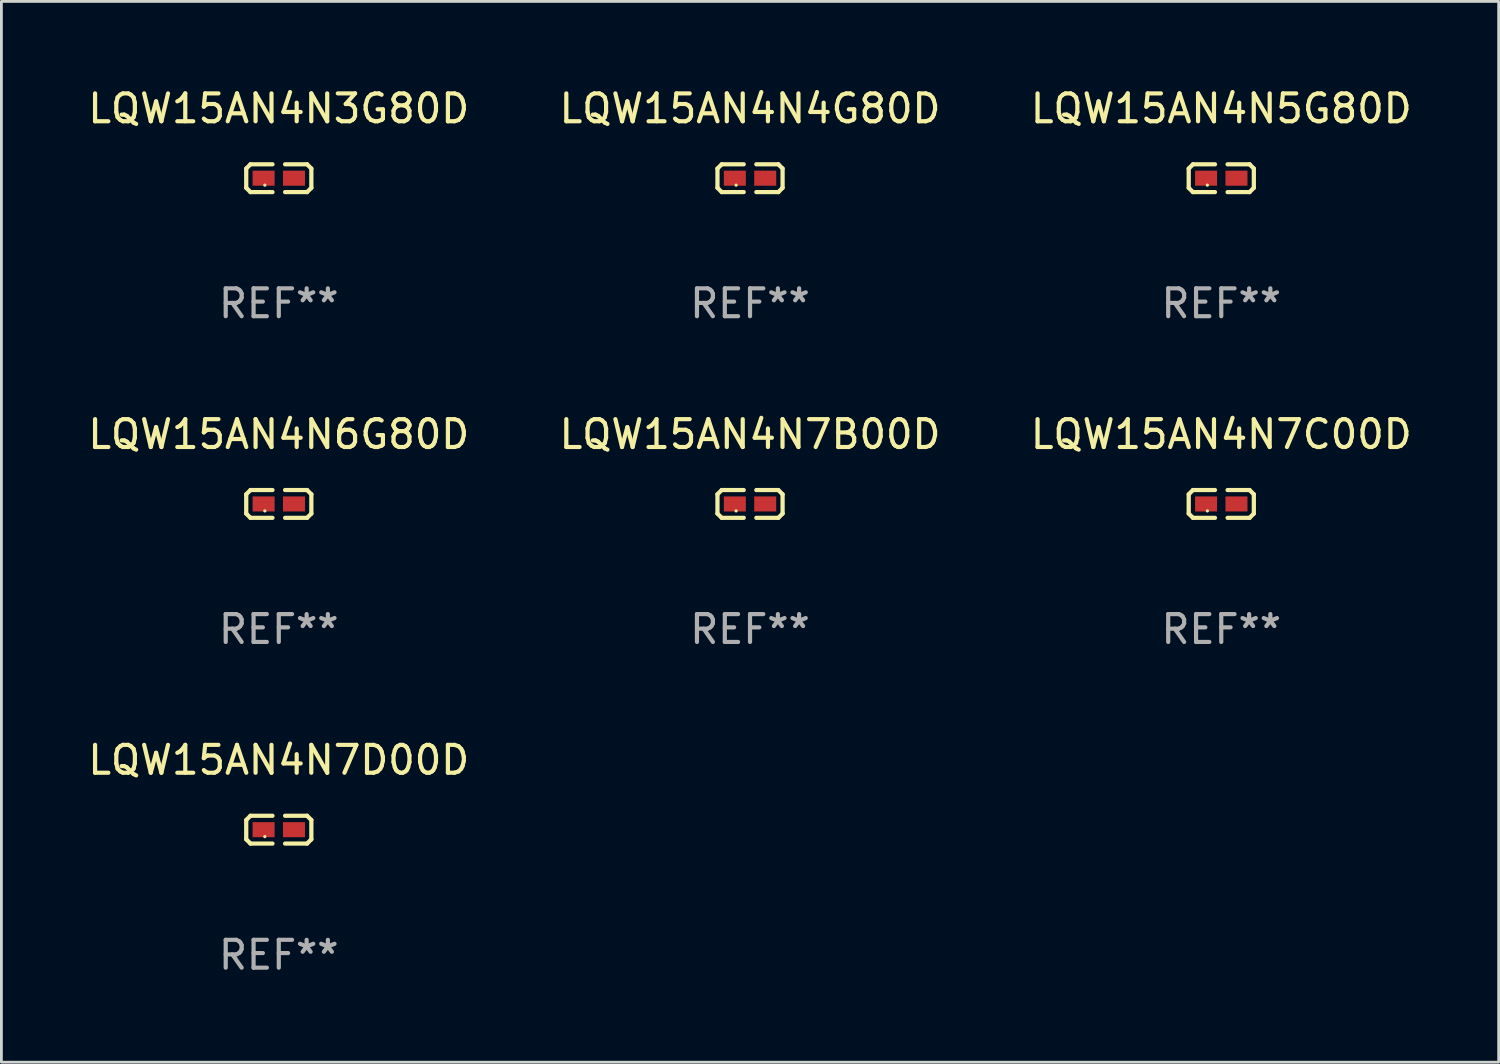
<source format=kicad_pcb>
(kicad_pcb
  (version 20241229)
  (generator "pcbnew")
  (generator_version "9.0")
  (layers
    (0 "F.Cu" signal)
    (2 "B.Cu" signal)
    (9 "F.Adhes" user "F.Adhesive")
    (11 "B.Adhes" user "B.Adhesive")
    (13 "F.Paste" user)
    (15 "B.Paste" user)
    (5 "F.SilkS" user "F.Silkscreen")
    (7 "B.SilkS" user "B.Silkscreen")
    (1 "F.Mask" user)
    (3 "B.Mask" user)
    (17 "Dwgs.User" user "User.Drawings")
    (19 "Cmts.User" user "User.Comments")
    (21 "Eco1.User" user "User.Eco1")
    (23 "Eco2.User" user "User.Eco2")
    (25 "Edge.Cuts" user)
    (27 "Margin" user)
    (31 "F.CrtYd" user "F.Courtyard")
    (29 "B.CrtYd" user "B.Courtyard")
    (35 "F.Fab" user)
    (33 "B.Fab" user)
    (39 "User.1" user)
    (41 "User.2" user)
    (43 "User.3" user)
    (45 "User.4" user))
  (footprint "LQW15AN4N7D00D"
    (layer "F.Cu")
    (at 6.958 26.734)
    (property "Reference" "LQW15AN4N7D00D" (at 0 -2.499 0) (layer "F.SilkS") (effects (font (size 1 1) (thickness 0.15))))
    (attr through_hole)
    (fp_line (start -1.169 -0.346) (end -1.016 -0.499) (stroke (width 0.152) (type solid)) (layer "F.SilkS"))
    (fp_line (start -1.169 0.346) (end -1.169 -0.346) (stroke (width 0.152) (type solid)) (layer "F.SilkS"))
    (fp_line (start -1.016 -0.499) (end -0.226 -0.499) (stroke (width 0.152) (type solid)) (layer "F.SilkS"))
    (fp_line (start -1.016 0.499) (end -1.169 0.346) (stroke (width 0.152) (type solid)) (layer "F.SilkS"))
    (fp_line (start -0.226 0.499) (end -1.016 0.499) (stroke (width 0.152) (type solid)) (layer "F.SilkS"))
    (fp_line (start 0.226 0.499) (end 1.016 0.499) (stroke (width 0.152) (type solid)) (layer "F.SilkS"))
    (fp_line (start 1.016 -0.499) (end 0.226 -0.499) (stroke (width 0.152) (type solid)) (layer "F.SilkS"))
    (fp_line (start 1.016 0.499) (end 1.169 0.346) (stroke (width 0.152) (type solid)) (layer "F.SilkS"))
    (fp_line (start 1.169 -0.346) (end 1.016 -0.499) (stroke (width 0.152) (type solid)) (layer "F.SilkS"))
    (fp_line (start 1.169 0.346) (end 1.169 -0.346) (stroke (width 0.152) (type solid)) (layer "F.SilkS"))
    (fp_circle (center -0.5 0.25) (end -0.47 0.25) (stroke (width 0.06) (type solid)) (fill no) (layer "F.SilkS"))
    (fp_text user "REF**" (at 0 4.499 0) (layer "F.Fab") (effects (font (size 1 1) (thickness 0.15))))
    (pad "1" smd rect (at -0.545 0) (size 0.79 0.54) (layers "F.Cu" "F.Mask" "F.Paste"))
    (pad "2" smd rect (at 0.545 0) (size 0.79 0.54) (layers "F.Cu" "F.Mask" "F.Paste")))
  (footprint "LQW15AN4N5G80D"
    (layer "F.Cu")
    (at 40.792 3.347)
    (property "Reference" "LQW15AN4N5G80D" (at 0 -2.499 0) (layer "F.SilkS") (effects (font (size 1 1) (thickness 0.15))))
    (attr through_hole)
    (fp_line (start -1.169 -0.346) (end -1.016 -0.499) (stroke (width 0.152) (type solid)) (layer "F.SilkS"))
    (fp_line (start -1.169 0.346) (end -1.169 -0.346) (stroke (width 0.152) (type solid)) (layer "F.SilkS"))
    (fp_line (start -1.016 -0.499) (end -0.226 -0.499) (stroke (width 0.152) (type solid)) (layer "F.SilkS"))
    (fp_line (start -1.016 0.499) (end -1.169 0.346) (stroke (width 0.152) (type solid)) (layer "F.SilkS"))
    (fp_line (start -0.226 0.499) (end -1.016 0.499) (stroke (width 0.152) (type solid)) (layer "F.SilkS"))
    (fp_line (start 0.226 0.499) (end 1.016 0.499) (stroke (width 0.152) (type solid)) (layer "F.SilkS"))
    (fp_line (start 1.016 -0.499) (end 0.226 -0.499) (stroke (width 0.152) (type solid)) (layer "F.SilkS"))
    (fp_line (start 1.016 0.499) (end 1.169 0.346) (stroke (width 0.152) (type solid)) (layer "F.SilkS"))
    (fp_line (start 1.169 -0.346) (end 1.016 -0.499) (stroke (width 0.152) (type solid)) (layer "F.SilkS"))
    (fp_line (start 1.169 0.346) (end 1.169 -0.346) (stroke (width 0.152) (type solid)) (layer "F.SilkS"))
    (fp_circle (center -0.5 0.25) (end -0.47 0.25) (stroke (width 0.06) (type solid)) (fill no) (layer "F.SilkS"))
    (fp_text user "REF**" (at 0 4.499 0) (layer "F.Fab") (effects (font (size 1 1) (thickness 0.15))))
    (pad "1" smd rect (at -0.545 0) (size 0.79 0.54) (layers "F.Cu" "F.Mask" "F.Paste"))
    (pad "2" smd rect (at 0.545 0) (size 0.79 0.54) (layers "F.Cu" "F.Mask" "F.Paste")))
  (footprint "LQW15AN4N3G80D"
    (layer "F.Cu")
    (at 6.958 3.347)
    (property "Reference" "LQW15AN4N3G80D" (at 0 -2.499 0) (layer "F.SilkS") (effects (font (size 1 1) (thickness 0.15))))
    (attr through_hole)
    (fp_line (start -1.169 -0.346) (end -1.016 -0.499) (stroke (width 0.152) (type solid)) (layer "F.SilkS"))
    (fp_line (start -1.169 0.346) (end -1.169 -0.346) (stroke (width 0.152) (type solid)) (layer "F.SilkS"))
    (fp_line (start -1.016 -0.499) (end -0.226 -0.499) (stroke (width 0.152) (type solid)) (layer "F.SilkS"))
    (fp_line (start -1.016 0.499) (end -1.169 0.346) (stroke (width 0.152) (type solid)) (layer "F.SilkS"))
    (fp_line (start -0.226 0.499) (end -1.016 0.499) (stroke (width 0.152) (type solid)) (layer "F.SilkS"))
    (fp_line (start 0.226 0.499) (end 1.016 0.499) (stroke (width 0.152) (type solid)) (layer "F.SilkS"))
    (fp_line (start 1.016 -0.499) (end 0.226 -0.499) (stroke (width 0.152) (type solid)) (layer "F.SilkS"))
    (fp_line (start 1.016 0.499) (end 1.169 0.346) (stroke (width 0.152) (type solid)) (layer "F.SilkS"))
    (fp_line (start 1.169 -0.346) (end 1.016 -0.499) (stroke (width 0.152) (type solid)) (layer "F.SilkS"))
    (fp_line (start 1.169 0.346) (end 1.169 -0.346) (stroke (width 0.152) (type solid)) (layer "F.SilkS"))
    (fp_circle (center -0.5 0.25) (end -0.47 0.25) (stroke (width 0.06) (type solid)) (fill no) (layer "F.SilkS"))
    (fp_text user "REF**" (at 0 4.499 0) (layer "F.Fab") (effects (font (size 1 1) (thickness 0.15))))
    (pad "1" smd rect (at -0.545 0) (size 0.79 0.54) (layers "F.Cu" "F.Mask" "F.Paste"))
    (pad "2" smd rect (at 0.545 0) (size 0.79 0.54) (layers "F.Cu" "F.Mask" "F.Paste")))
  (footprint "LQW15AN4N4G80D"
    (layer "F.Cu")
    (at 23.875 3.347)
    (property "Reference" "LQW15AN4N4G80D" (at 0 -2.499 0) (layer "F.SilkS") (effects (font (size 1 1) (thickness 0.15))))
    (attr through_hole)
    (fp_line (start -1.169 -0.346) (end -1.016 -0.499) (stroke (width 0.152) (type solid)) (layer "F.SilkS"))
    (fp_line (start -1.169 0.346) (end -1.169 -0.346) (stroke (width 0.152) (type solid)) (layer "F.SilkS"))
    (fp_line (start -1.016 -0.499) (end -0.226 -0.499) (stroke (width 0.152) (type solid)) (layer "F.SilkS"))
    (fp_line (start -1.016 0.499) (end -1.169 0.346) (stroke (width 0.152) (type solid)) (layer "F.SilkS"))
    (fp_line (start -0.226 0.499) (end -1.016 0.499) (stroke (width 0.152) (type solid)) (layer "F.SilkS"))
    (fp_line (start 0.226 0.499) (end 1.016 0.499) (stroke (width 0.152) (type solid)) (layer "F.SilkS"))
    (fp_line (start 1.016 -0.499) (end 0.226 -0.499) (stroke (width 0.152) (type solid)) (layer "F.SilkS"))
    (fp_line (start 1.016 0.499) (end 1.169 0.346) (stroke (width 0.152) (type solid)) (layer "F.SilkS"))
    (fp_line (start 1.169 -0.346) (end 1.016 -0.499) (stroke (width 0.152) (type solid)) (layer "F.SilkS"))
    (fp_line (start 1.169 0.346) (end 1.169 -0.346) (stroke (width 0.152) (type solid)) (layer "F.SilkS"))
    (fp_circle (center -0.5 0.25) (end -0.47 0.25) (stroke (width 0.06) (type solid)) (fill no) (layer "F.SilkS"))
    (fp_text user "REF**" (at 0 4.499 0) (layer "F.Fab") (effects (font (size 1 1) (thickness 0.15))))
    (pad "1" smd rect (at -0.545 0) (size 0.79 0.54) (layers "F.Cu" "F.Mask" "F.Paste"))
    (pad "2" smd rect (at 0.545 0) (size 0.79 0.54) (layers "F.Cu" "F.Mask" "F.Paste")))
  (footprint "LQW15AN4N7B00D"
    (layer "F.Cu")
    (at 23.875 15.041)
    (property "Reference" "LQW15AN4N7B00D" (at 0 -2.499 0) (layer "F.SilkS") (effects (font (size 1 1) (thickness 0.15))))
    (attr through_hole)
    (fp_line (start -1.169 -0.346) (end -1.016 -0.499) (stroke (width 0.152) (type solid)) (layer "F.SilkS"))
    (fp_line (start -1.169 0.346) (end -1.169 -0.346) (stroke (width 0.152) (type solid)) (layer "F.SilkS"))
    (fp_line (start -1.016 -0.499) (end -0.226 -0.499) (stroke (width 0.152) (type solid)) (layer "F.SilkS"))
    (fp_line (start -1.016 0.499) (end -1.169 0.346) (stroke (width 0.152) (type solid)) (layer "F.SilkS"))
    (fp_line (start -0.226 0.499) (end -1.016 0.499) (stroke (width 0.152) (type solid)) (layer "F.SilkS"))
    (fp_line (start 0.226 0.499) (end 1.016 0.499) (stroke (width 0.152) (type solid)) (layer "F.SilkS"))
    (fp_line (start 1.016 -0.499) (end 0.226 -0.499) (stroke (width 0.152) (type solid)) (layer "F.SilkS"))
    (fp_line (start 1.016 0.499) (end 1.169 0.346) (stroke (width 0.152) (type solid)) (layer "F.SilkS"))
    (fp_line (start 1.169 -0.346) (end 1.016 -0.499) (stroke (width 0.152) (type solid)) (layer "F.SilkS"))
    (fp_line (start 1.169 0.346) (end 1.169 -0.346) (stroke (width 0.152) (type solid)) (layer "F.SilkS"))
    (fp_circle (center -0.5 0.25) (end -0.47 0.25) (stroke (width 0.06) (type solid)) (fill no) (layer "F.SilkS"))
    (fp_text user "REF**" (at 0 4.499 0) (layer "F.Fab") (effects (font (size 1 1) (thickness 0.15))))
    (pad "1" smd rect (at -0.545 0) (size 0.79 0.54) (layers "F.Cu" "F.Mask" "F.Paste"))
    (pad "2" smd rect (at 0.545 0) (size 0.79 0.54) (layers "F.Cu" "F.Mask" "F.Paste")))
  (footprint "LQW15AN4N7C00D"
    (layer "F.Cu")
    (at 40.792 15.041)
    (property "Reference" "LQW15AN4N7C00D" (at 0 -2.499 0) (layer "F.SilkS") (effects (font (size 1 1) (thickness 0.15))))
    (attr through_hole)
    (fp_line (start -1.169 -0.346) (end -1.016 -0.499) (stroke (width 0.152) (type solid)) (layer "F.SilkS"))
    (fp_line (start -1.169 0.346) (end -1.169 -0.346) (stroke (width 0.152) (type solid)) (layer "F.SilkS"))
    (fp_line (start -1.016 -0.499) (end -0.226 -0.499) (stroke (width 0.152) (type solid)) (layer "F.SilkS"))
    (fp_line (start -1.016 0.499) (end -1.169 0.346) (stroke (width 0.152) (type solid)) (layer "F.SilkS"))
    (fp_line (start -0.226 0.499) (end -1.016 0.499) (stroke (width 0.152) (type solid)) (layer "F.SilkS"))
    (fp_line (start 0.226 0.499) (end 1.016 0.499) (stroke (width 0.152) (type solid)) (layer "F.SilkS"))
    (fp_line (start 1.016 -0.499) (end 0.226 -0.499) (stroke (width 0.152) (type solid)) (layer "F.SilkS"))
    (fp_line (start 1.016 0.499) (end 1.169 0.346) (stroke (width 0.152) (type solid)) (layer "F.SilkS"))
    (fp_line (start 1.169 -0.346) (end 1.016 -0.499) (stroke (width 0.152) (type solid)) (layer "F.SilkS"))
    (fp_line (start 1.169 0.346) (end 1.169 -0.346) (stroke (width 0.152) (type solid)) (layer "F.SilkS"))
    (fp_circle (center -0.5 0.25) (end -0.47 0.25) (stroke (width 0.06) (type solid)) (fill no) (layer "F.SilkS"))
    (fp_text user "REF**" (at 0 4.499 0) (layer "F.Fab") (effects (font (size 1 1) (thickness 0.15))))
    (pad "1" smd rect (at -0.545 0) (size 0.79 0.54) (layers "F.Cu" "F.Mask" "F.Paste"))
    (pad "2" smd rect (at 0.545 0) (size 0.79 0.54) (layers "F.Cu" "F.Mask" "F.Paste")))
  (footprint "LQW15AN4N6G80D"
    (layer "F.Cu")
    (at 6.958 15.041)
    (property "Reference" "LQW15AN4N6G80D" (at 0 -2.499 0) (layer "F.SilkS") (effects (font (size 1 1) (thickness 0.15))))
    (attr through_hole)
    (fp_line (start -1.169 -0.346) (end -1.016 -0.499) (stroke (width 0.152) (type solid)) (layer "F.SilkS"))
    (fp_line (start -1.169 0.346) (end -1.169 -0.346) (stroke (width 0.152) (type solid)) (layer "F.SilkS"))
    (fp_line (start -1.016 -0.499) (end -0.226 -0.499) (stroke (width 0.152) (type solid)) (layer "F.SilkS"))
    (fp_line (start -1.016 0.499) (end -1.169 0.346) (stroke (width 0.152) (type solid)) (layer "F.SilkS"))
    (fp_line (start -0.226 0.499) (end -1.016 0.499) (stroke (width 0.152) (type solid)) (layer "F.SilkS"))
    (fp_line (start 0.226 0.499) (end 1.016 0.499) (stroke (width 0.152) (type solid)) (layer "F.SilkS"))
    (fp_line (start 1.016 -0.499) (end 0.226 -0.499) (stroke (width 0.152) (type solid)) (layer "F.SilkS"))
    (fp_line (start 1.016 0.499) (end 1.169 0.346) (stroke (width 0.152) (type solid)) (layer "F.SilkS"))
    (fp_line (start 1.169 -0.346) (end 1.016 -0.499) (stroke (width 0.152) (type solid)) (layer "F.SilkS"))
    (fp_line (start 1.169 0.346) (end 1.169 -0.346) (stroke (width 0.152) (type solid)) (layer "F.SilkS"))
    (fp_circle (center -0.5 0.25) (end -0.47 0.25) (stroke (width 0.06) (type solid)) (fill no) (layer "F.SilkS"))
    (fp_text user "REF**" (at 0 4.499 0) (layer "F.Fab") (effects (font (size 1 1) (thickness 0.15))))
    (pad "1" smd rect (at -0.545 0) (size 0.79 0.54) (layers "F.Cu" "F.Mask" "F.Paste"))
    (pad "2" smd rect (at 0.545 0) (size 0.79 0.54) (layers "F.Cu" "F.Mask" "F.Paste")))
  (gr_rect
    (start -3 -3)
    (end 50.75 35.081)
    (stroke (width 0.1) (type default))
    (fill no)
    (layer "Edge.Cuts")))
</source>
